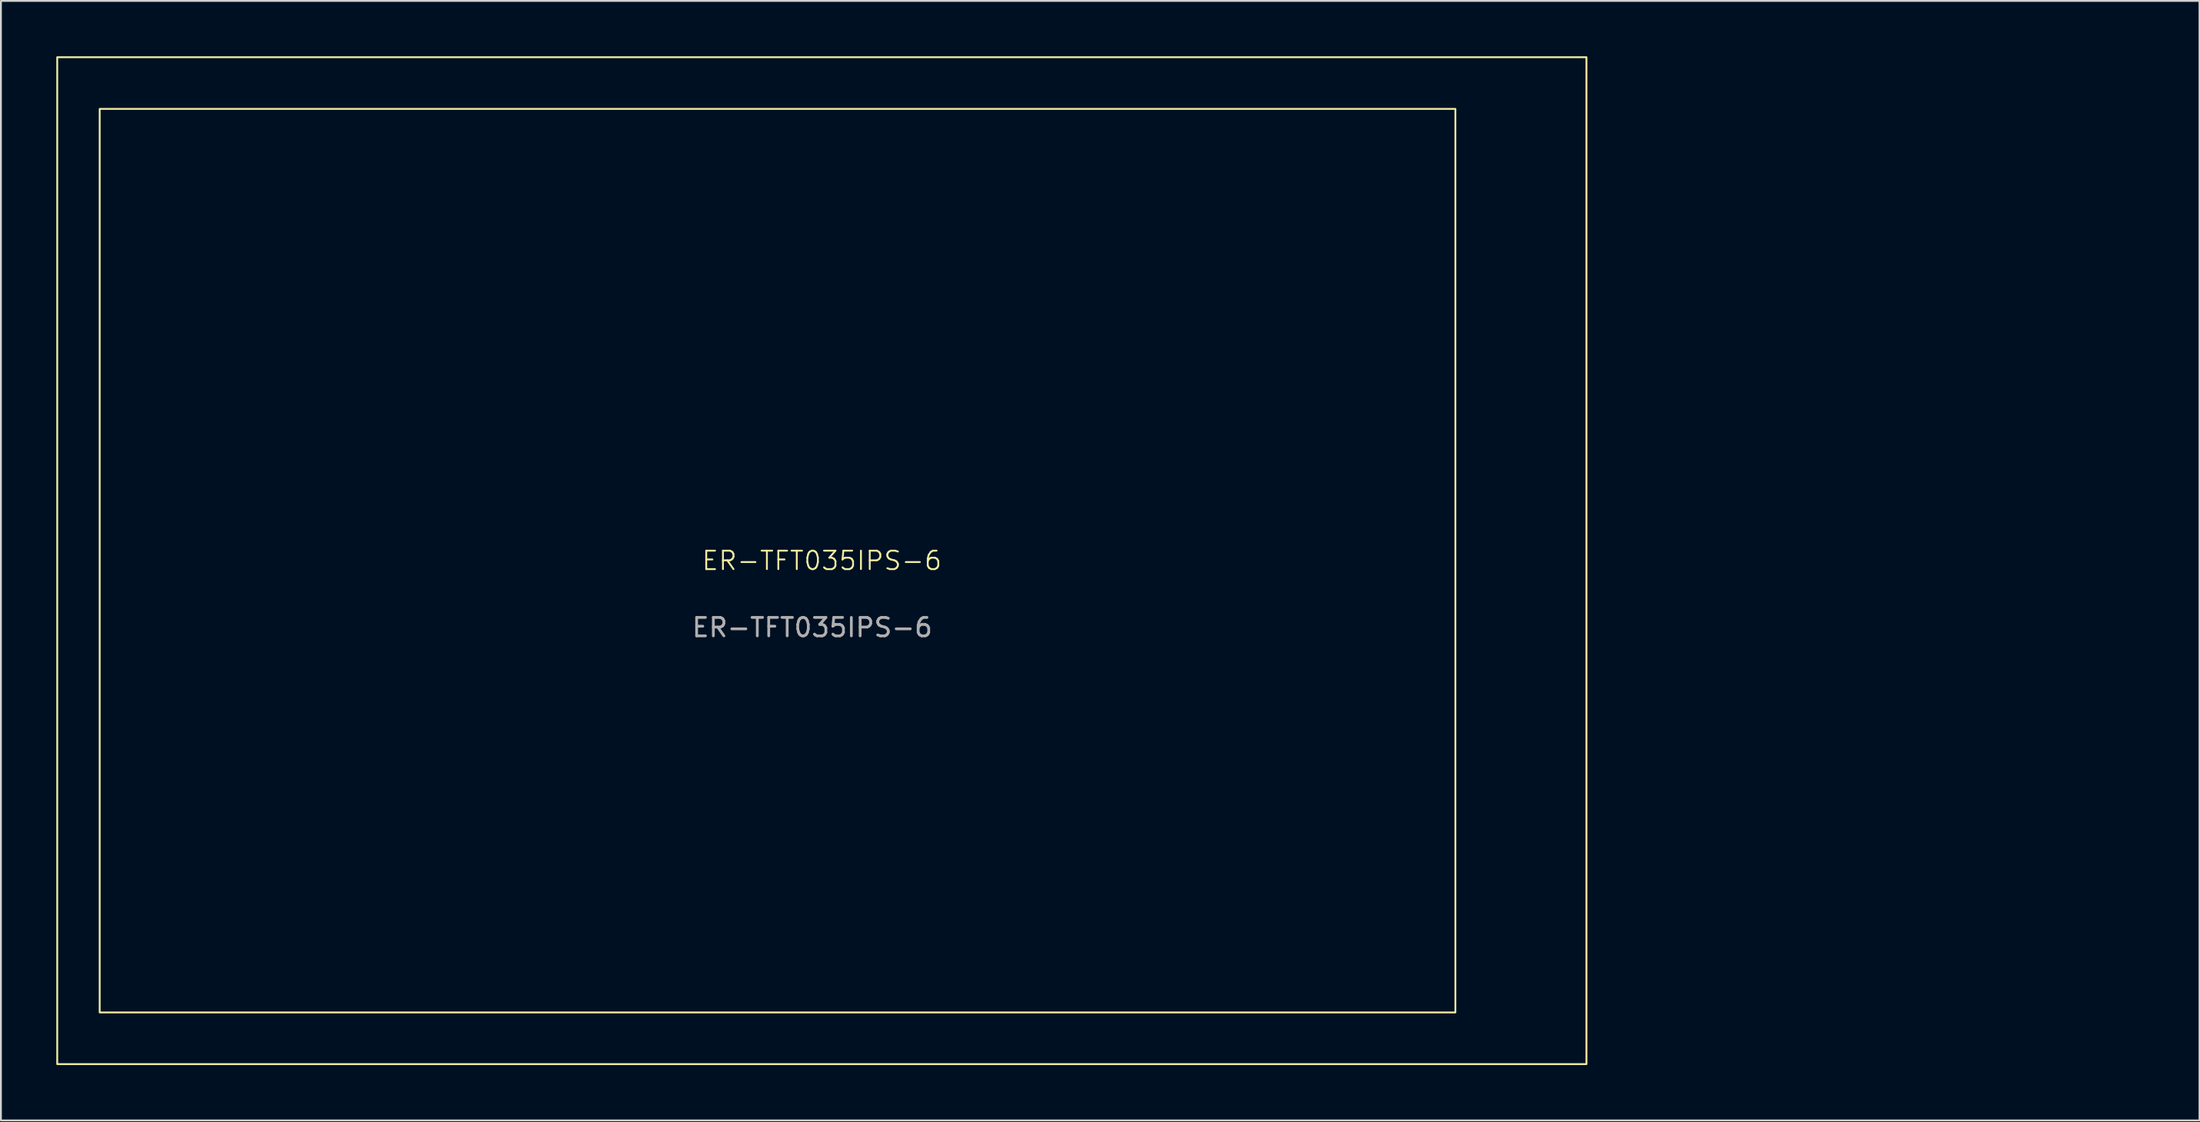
<source format=kicad_pcb>
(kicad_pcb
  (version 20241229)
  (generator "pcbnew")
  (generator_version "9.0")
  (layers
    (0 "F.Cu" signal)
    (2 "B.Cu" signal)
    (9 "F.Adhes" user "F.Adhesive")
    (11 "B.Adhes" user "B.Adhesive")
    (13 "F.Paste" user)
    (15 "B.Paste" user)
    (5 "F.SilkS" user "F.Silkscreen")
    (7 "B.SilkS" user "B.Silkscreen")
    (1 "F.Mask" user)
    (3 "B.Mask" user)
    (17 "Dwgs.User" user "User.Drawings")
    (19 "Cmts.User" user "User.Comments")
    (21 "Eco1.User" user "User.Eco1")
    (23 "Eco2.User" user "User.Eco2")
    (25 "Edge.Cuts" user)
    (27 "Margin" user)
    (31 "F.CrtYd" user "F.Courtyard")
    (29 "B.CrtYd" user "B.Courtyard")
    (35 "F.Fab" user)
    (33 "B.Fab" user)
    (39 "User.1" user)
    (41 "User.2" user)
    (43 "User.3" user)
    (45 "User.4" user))
  (footprint "ER-TFT035IPS-6"
    (layer "F.Cu")
    (at 41.55 27.55)
    (property "Reference" "ER-TFT035IPS-6" (at -0.08 -0.22 0) (unlocked yes) (layer "F.SilkS") (effects (font (size 1 1) (thickness 0.1))))
    (attr smd)
    (fp_rect (start -41.5 27.06) (end 41.34 -27.5) (stroke (width 0.1) (type solid)) (fill no) (layer "F.SilkS"))
    (fp_rect (start -39.2 -24.7) (end 34.24 24.26) (stroke (width 0.1) (type solid)) (fill no) (layer "F.SilkS"))
    (fp_rect (start 41.5 -11.25) (end 71.5 11.25) (stroke (width 0.1) (type solid)) (fill no) (layer "User.1"))
    (fp_text user "${REFERENCE}" (at -0.6 3.4 0) (unlocked yes) (layer "F.Fab") (effects (font (size 1 1) (thickness 0.15)))))
  (gr_rect
    (start -3 -3)
    (end 116.1 57.66)
    (stroke (width 0.1) (type default))
    (fill no)
    (layer "Edge.Cuts")))
</source>
